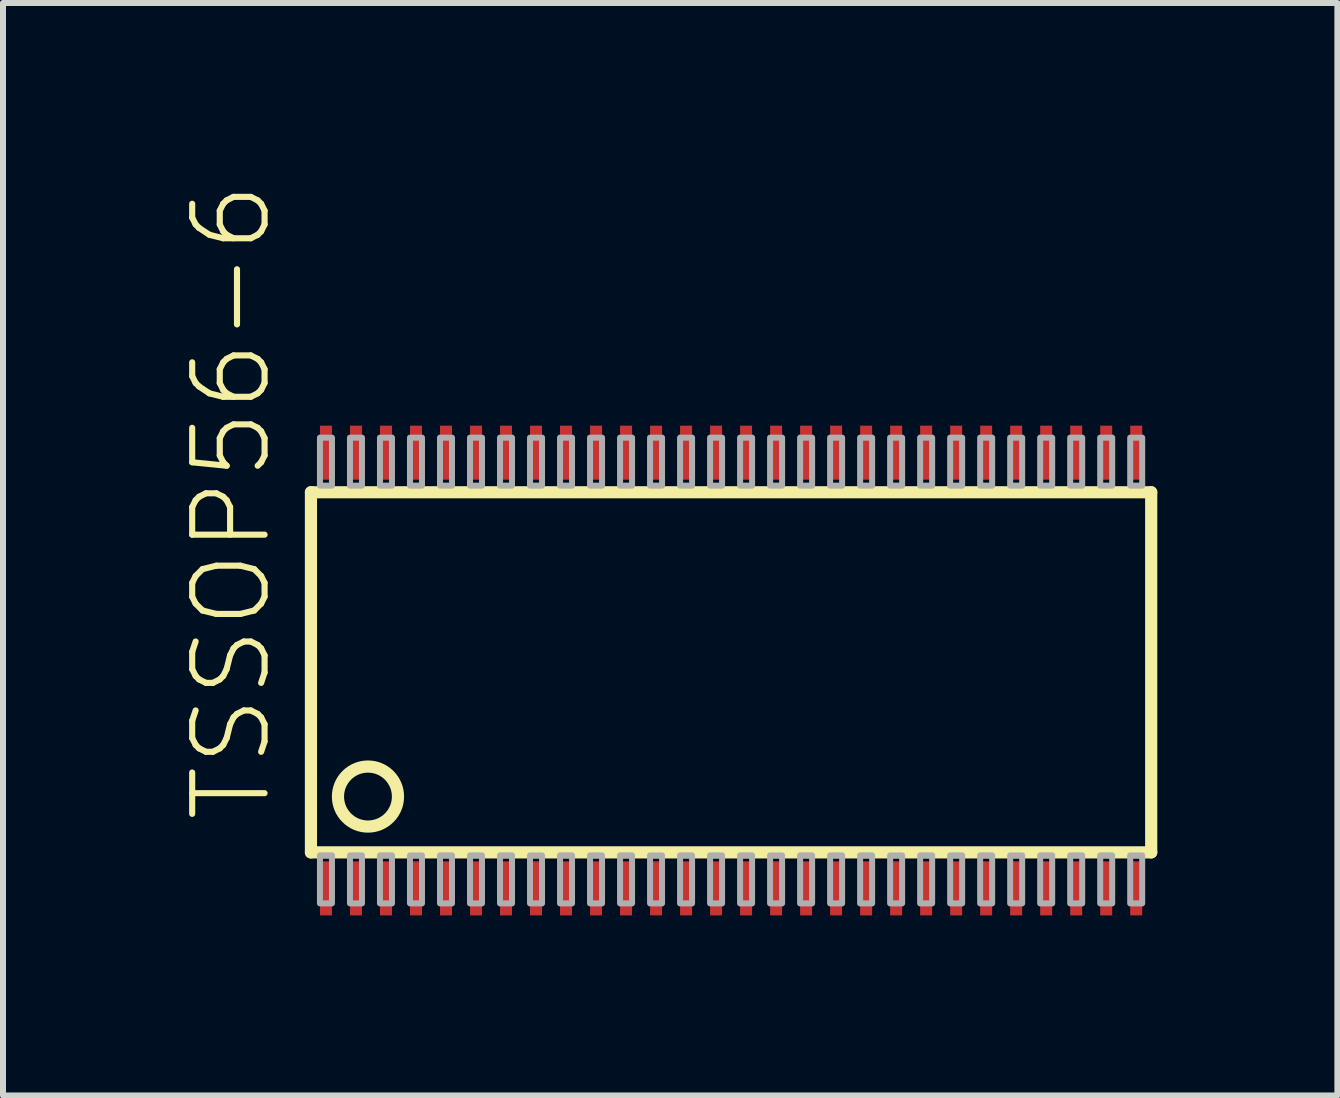
<source format=kicad_pcb>
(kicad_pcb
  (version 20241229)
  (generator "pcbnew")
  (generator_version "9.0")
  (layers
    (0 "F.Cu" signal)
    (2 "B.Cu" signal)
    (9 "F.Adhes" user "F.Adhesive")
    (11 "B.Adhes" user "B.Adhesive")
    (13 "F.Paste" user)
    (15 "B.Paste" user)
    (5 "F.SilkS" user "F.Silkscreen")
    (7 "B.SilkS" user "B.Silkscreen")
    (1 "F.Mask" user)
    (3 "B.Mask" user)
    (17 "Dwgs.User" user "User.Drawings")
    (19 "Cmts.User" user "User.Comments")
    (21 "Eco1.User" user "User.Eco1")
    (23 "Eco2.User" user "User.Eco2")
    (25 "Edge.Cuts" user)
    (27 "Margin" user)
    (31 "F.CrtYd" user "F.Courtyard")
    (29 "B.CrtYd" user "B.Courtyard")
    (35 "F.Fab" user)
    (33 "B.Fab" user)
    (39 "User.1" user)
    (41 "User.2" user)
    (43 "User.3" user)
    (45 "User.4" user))
  (footprint "TSSOP56-6"
    (layer "F.Cu")
    (at 9.131 8.152)
    (property "Reference" "TSSOP56-6" (at -7.62 2.54 90) (layer "F.SilkS") (effects (font (size 1.206 1.206) (thickness 0.102)) (justify left bottom)))
    (attr through_hole)
    (fp_line (start -7 -3) (end -7 3) (stroke (width 0.203) (type solid)) (layer "F.SilkS"))
    (fp_line (start -7 3) (end 7 3) (stroke (width 0.203) (type solid)) (layer "F.SilkS"))
    (fp_line (start 7 -3) (end -7 -3) (stroke (width 0.203) (type solid)) (layer "F.SilkS"))
    (fp_line (start 7 3) (end 7 -3) (stroke (width 0.203) (type solid)) (layer "F.SilkS"))
    (fp_circle (center -6.05 2.07) (end -5.55 2.07) (stroke (width 0.203) (type solid)) (fill no) (layer "F.SilkS"))
    (fp_poly (pts (xy -6.65 -3.11) (xy -6.65 -3.91) (xy -6.85 -3.91) (xy -6.85 -3.11)) (stroke (width 0.1) (type solid)) (fill no) (layer "F.Fab"))
    (fp_poly (pts (xy -6.65 3.85) (xy -6.65 3.05) (xy -6.85 3.05) (xy -6.85 3.85)) (stroke (width 0.1) (type solid)) (fill no) (layer "F.Fab"))
    (fp_poly (pts (xy -6.15 -3.11) (xy -6.15 -3.91) (xy -6.35 -3.91) (xy -6.35 -3.11)) (stroke (width 0.1) (type solid)) (fill no) (layer "F.Fab"))
    (fp_poly (pts (xy -6.15 3.85) (xy -6.15 3.05) (xy -6.35 3.05) (xy -6.35 3.85)) (stroke (width 0.1) (type solid)) (fill no) (layer "F.Fab"))
    (fp_poly (pts (xy -5.65 -3.11) (xy -5.65 -3.91) (xy -5.85 -3.91) (xy -5.85 -3.11)) (stroke (width 0.1) (type solid)) (fill no) (layer "F.Fab"))
    (fp_poly (pts (xy -5.65 3.85) (xy -5.65 3.05) (xy -5.85 3.05) (xy -5.85 3.85)) (stroke (width 0.1) (type solid)) (fill no) (layer "F.Fab"))
    (fp_poly (pts (xy -5.15 -3.11) (xy -5.15 -3.91) (xy -5.35 -3.91) (xy -5.35 -3.11)) (stroke (width 0.1) (type solid)) (fill no) (layer "F.Fab"))
    (fp_poly (pts (xy -5.15 3.85) (xy -5.15 3.05) (xy -5.35 3.05) (xy -5.35 3.85)) (stroke (width 0.1) (type solid)) (fill no) (layer "F.Fab"))
    (fp_poly (pts (xy -4.65 -3.11) (xy -4.65 -3.91) (xy -4.85 -3.91) (xy -4.85 -3.11)) (stroke (width 0.1) (type solid)) (fill no) (layer "F.Fab"))
    (fp_poly (pts (xy -4.65 3.85) (xy -4.65 3.05) (xy -4.85 3.05) (xy -4.85 3.85)) (stroke (width 0.1) (type solid)) (fill no) (layer "F.Fab"))
    (fp_poly (pts (xy -4.15 -3.11) (xy -4.15 -3.91) (xy -4.35 -3.91) (xy -4.35 -3.11)) (stroke (width 0.1) (type solid)) (fill no) (layer "F.Fab"))
    (fp_poly (pts (xy -4.15 3.85) (xy -4.15 3.05) (xy -4.35 3.05) (xy -4.35 3.85)) (stroke (width 0.1) (type solid)) (fill no) (layer "F.Fab"))
    (fp_poly (pts (xy -3.65 -3.11) (xy -3.65 -3.91) (xy -3.85 -3.91) (xy -3.85 -3.11)) (stroke (width 0.1) (type solid)) (fill no) (layer "F.Fab"))
    (fp_poly (pts (xy -3.65 3.85) (xy -3.65 3.05) (xy -3.85 3.05) (xy -3.85 3.85)) (stroke (width 0.1) (type solid)) (fill no) (layer "F.Fab"))
    (fp_poly (pts (xy -3.15 -3.11) (xy -3.15 -3.91) (xy -3.35 -3.91) (xy -3.35 -3.11)) (stroke (width 0.1) (type solid)) (fill no) (layer "F.Fab"))
    (fp_poly (pts (xy -3.15 3.85) (xy -3.15 3.05) (xy -3.35 3.05) (xy -3.35 3.85)) (stroke (width 0.1) (type solid)) (fill no) (layer "F.Fab"))
    (fp_poly (pts (xy -2.65 -3.11) (xy -2.65 -3.91) (xy -2.85 -3.91) (xy -2.85 -3.11)) (stroke (width 0.1) (type solid)) (fill no) (layer "F.Fab"))
    (fp_poly (pts (xy -2.65 3.85) (xy -2.65 3.05) (xy -2.85 3.05) (xy -2.85 3.85)) (stroke (width 0.1) (type solid)) (fill no) (layer "F.Fab"))
    (fp_poly (pts (xy -2.15 -3.11) (xy -2.15 -3.91) (xy -2.35 -3.91) (xy -2.35 -3.11)) (stroke (width 0.1) (type solid)) (fill no) (layer "F.Fab"))
    (fp_poly (pts (xy -2.15 3.85) (xy -2.15 3.05) (xy -2.35 3.05) (xy -2.35 3.85)) (stroke (width 0.1) (type solid)) (fill no) (layer "F.Fab"))
    (fp_poly (pts (xy -1.65 -3.11) (xy -1.65 -3.91) (xy -1.85 -3.91) (xy -1.85 -3.11)) (stroke (width 0.1) (type solid)) (fill no) (layer "F.Fab"))
    (fp_poly (pts (xy -1.65 3.85) (xy -1.65 3.05) (xy -1.85 3.05) (xy -1.85 3.85)) (stroke (width 0.1) (type solid)) (fill no) (layer "F.Fab"))
    (fp_poly (pts (xy -1.15 -3.11) (xy -1.15 -3.91) (xy -1.35 -3.91) (xy -1.35 -3.11)) (stroke (width 0.1) (type solid)) (fill no) (layer "F.Fab"))
    (fp_poly (pts (xy -1.15 3.85) (xy -1.15 3.05) (xy -1.35 3.05) (xy -1.35 3.85)) (stroke (width 0.1) (type solid)) (fill no) (layer "F.Fab"))
    (fp_poly (pts (xy -0.65 -3.11) (xy -0.65 -3.91) (xy -0.85 -3.91) (xy -0.85 -3.11)) (stroke (width 0.1) (type solid)) (fill no) (layer "F.Fab"))
    (fp_poly (pts (xy -0.65 3.85) (xy -0.65 3.05) (xy -0.85 3.05) (xy -0.85 3.85)) (stroke (width 0.1) (type solid)) (fill no) (layer "F.Fab"))
    (fp_poly (pts (xy -0.15 -3.11) (xy -0.15 -3.91) (xy -0.35 -3.91) (xy -0.35 -3.11)) (stroke (width 0.1) (type solid)) (fill no) (layer "F.Fab"))
    (fp_poly (pts (xy -0.15 3.85) (xy -0.15 3.05) (xy -0.35 3.05) (xy -0.35 3.85)) (stroke (width 0.1) (type solid)) (fill no) (layer "F.Fab"))
    (fp_poly (pts (xy 0.35 -3.11) (xy 0.35 -3.91) (xy 0.15 -3.91) (xy 0.15 -3.11)) (stroke (width 0.1) (type solid)) (fill no) (layer "F.Fab"))
    (fp_poly (pts (xy 0.35 3.85) (xy 0.35 3.05) (xy 0.15 3.05) (xy 0.15 3.85)) (stroke (width 0.1) (type solid)) (fill no) (layer "F.Fab"))
    (fp_poly (pts (xy 0.85 -3.11) (xy 0.85 -3.91) (xy 0.65 -3.91) (xy 0.65 -3.11)) (stroke (width 0.1) (type solid)) (fill no) (layer "F.Fab"))
    (fp_poly (pts (xy 0.85 3.85) (xy 0.85 3.05) (xy 0.65 3.05) (xy 0.65 3.85)) (stroke (width 0.1) (type solid)) (fill no) (layer "F.Fab"))
    (fp_poly (pts (xy 1.35 -3.11) (xy 1.35 -3.91) (xy 1.15 -3.91) (xy 1.15 -3.11)) (stroke (width 0.1) (type solid)) (fill no) (layer "F.Fab"))
    (fp_poly (pts (xy 1.35 3.85) (xy 1.35 3.05) (xy 1.15 3.05) (xy 1.15 3.85)) (stroke (width 0.1) (type solid)) (fill no) (layer "F.Fab"))
    (fp_poly (pts (xy 1.85 -3.11) (xy 1.85 -3.91) (xy 1.65 -3.91) (xy 1.65 -3.11)) (stroke (width 0.1) (type solid)) (fill no) (layer "F.Fab"))
    (fp_poly (pts (xy 1.85 3.85) (xy 1.85 3.05) (xy 1.65 3.05) (xy 1.65 3.85)) (stroke (width 0.1) (type solid)) (fill no) (layer "F.Fab"))
    (fp_poly (pts (xy 2.35 -3.11) (xy 2.35 -3.91) (xy 2.15 -3.91) (xy 2.15 -3.11)) (stroke (width 0.1) (type solid)) (fill no) (layer "F.Fab"))
    (fp_poly (pts (xy 2.35 3.85) (xy 2.35 3.05) (xy 2.15 3.05) (xy 2.15 3.85)) (stroke (width 0.1) (type solid)) (fill no) (layer "F.Fab"))
    (fp_poly (pts (xy 2.85 -3.11) (xy 2.85 -3.91) (xy 2.65 -3.91) (xy 2.65 -3.11)) (stroke (width 0.1) (type solid)) (fill no) (layer "F.Fab"))
    (fp_poly (pts (xy 2.85 3.85) (xy 2.85 3.05) (xy 2.65 3.05) (xy 2.65 3.85)) (stroke (width 0.1) (type solid)) (fill no) (layer "F.Fab"))
    (fp_poly (pts (xy 3.35 -3.11) (xy 3.35 -3.91) (xy 3.15 -3.91) (xy 3.15 -3.11)) (stroke (width 0.1) (type solid)) (fill no) (layer "F.Fab"))
    (fp_poly (pts (xy 3.35 3.85) (xy 3.35 3.05) (xy 3.15 3.05) (xy 3.15 3.85)) (stroke (width 0.1) (type solid)) (fill no) (layer "F.Fab"))
    (fp_poly (pts (xy 3.85 -3.11) (xy 3.85 -3.91) (xy 3.65 -3.91) (xy 3.65 -3.11)) (stroke (width 0.1) (type solid)) (fill no) (layer "F.Fab"))
    (fp_poly (pts (xy 3.85 3.85) (xy 3.85 3.05) (xy 3.65 3.05) (xy 3.65 3.85)) (stroke (width 0.1) (type solid)) (fill no) (layer "F.Fab"))
    (fp_poly (pts (xy 4.35 -3.11) (xy 4.35 -3.91) (xy 4.15 -3.91) (xy 4.15 -3.11)) (stroke (width 0.1) (type solid)) (fill no) (layer "F.Fab"))
    (fp_poly (pts (xy 4.35 3.85) (xy 4.35 3.05) (xy 4.15 3.05) (xy 4.15 3.85)) (stroke (width 0.1) (type solid)) (fill no) (layer "F.Fab"))
    (fp_poly (pts (xy 4.85 -3.11) (xy 4.85 -3.91) (xy 4.65 -3.91) (xy 4.65 -3.11)) (stroke (width 0.1) (type solid)) (fill no) (layer "F.Fab"))
    (fp_poly (pts (xy 4.85 3.85) (xy 4.85 3.05) (xy 4.65 3.05) (xy 4.65 3.85)) (stroke (width 0.1) (type solid)) (fill no) (layer "F.Fab"))
    (fp_poly (pts (xy 5.35 -3.11) (xy 5.35 -3.91) (xy 5.15 -3.91) (xy 5.15 -3.11)) (stroke (width 0.1) (type solid)) (fill no) (layer "F.Fab"))
    (fp_poly (pts (xy 5.35 3.85) (xy 5.35 3.05) (xy 5.15 3.05) (xy 5.15 3.85)) (stroke (width 0.1) (type solid)) (fill no) (layer "F.Fab"))
    (fp_poly (pts (xy 5.85 -3.11) (xy 5.85 -3.91) (xy 5.65 -3.91) (xy 5.65 -3.11)) (stroke (width 0.1) (type solid)) (fill no) (layer "F.Fab"))
    (fp_poly (pts (xy 5.85 3.85) (xy 5.85 3.05) (xy 5.65 3.05) (xy 5.65 3.85)) (stroke (width 0.1) (type solid)) (fill no) (layer "F.Fab"))
    (fp_poly (pts (xy 6.35 -3.11) (xy 6.35 -3.91) (xy 6.15 -3.91) (xy 6.15 -3.11)) (stroke (width 0.1) (type solid)) (fill no) (layer "F.Fab"))
    (fp_poly (pts (xy 6.35 3.85) (xy 6.35 3.05) (xy 6.15 3.05) (xy 6.15 3.85)) (stroke (width 0.1) (type solid)) (fill no) (layer "F.Fab"))
    (fp_poly (pts (xy 6.85 -3.11) (xy 6.85 -3.91) (xy 6.65 -3.91) (xy 6.65 -3.11)) (stroke (width 0.1) (type solid)) (fill no) (layer "F.Fab"))
    (fp_poly (pts (xy 6.85 3.85) (xy 6.85 3.05) (xy 6.65 3.05) (xy 6.65 3.85)) (stroke (width 0.1) (type solid)) (fill no) (layer "F.Fab"))
    (pad "1" smd rect (at -6.75 3.6 90) (size 0.9 0.2) (layers "F.Cu" "F.Mask" "F.Paste"))
    (pad "2" smd rect (at -6.25 3.6 90) (size 0.9 0.2) (layers "F.Cu" "F.Mask" "F.Paste"))
    (pad "3" smd rect (at -5.75 3.6 90) (size 0.9 0.2) (layers "F.Cu" "F.Mask" "F.Paste"))
    (pad "4" smd rect (at -5.25 3.6 90) (size 0.9 0.2) (layers "F.Cu" "F.Mask" "F.Paste"))
    (pad "5" smd rect (at -4.75 3.6 90) (size 0.9 0.2) (layers "F.Cu" "F.Mask" "F.Paste"))
    (pad "6" smd rect (at -4.25 3.6 90) (size 0.9 0.2) (layers "F.Cu" "F.Mask" "F.Paste"))
    (pad "7" smd rect (at -3.75 3.6 90) (size 0.9 0.2) (layers "F.Cu" "F.Mask" "F.Paste"))
    (pad "8" smd rect (at -3.25 3.6 90) (size 0.9 0.2) (layers "F.Cu" "F.Mask" "F.Paste"))
    (pad "9" smd rect (at -2.75 3.6 90) (size 0.9 0.2) (layers "F.Cu" "F.Mask" "F.Paste"))
    (pad "10" smd rect (at -2.25 3.6 90) (size 0.9 0.2) (layers "F.Cu" "F.Mask" "F.Paste"))
    (pad "11" smd rect (at -1.75 3.6 90) (size 0.9 0.2) (layers "F.Cu" "F.Mask" "F.Paste"))
    (pad "12" smd rect (at -1.25 3.6 90) (size 0.9 0.2) (layers "F.Cu" "F.Mask" "F.Paste"))
    (pad "13" smd rect (at -0.75 3.6 90) (size 0.9 0.2) (layers "F.Cu" "F.Mask" "F.Paste"))
    (pad "14" smd rect (at -0.25 3.6 90) (size 0.9 0.2) (layers "F.Cu" "F.Mask" "F.Paste"))
    (pad "15" smd rect (at 0.25 3.6 90) (size 0.9 0.2) (layers "F.Cu" "F.Mask" "F.Paste"))
    (pad "16" smd rect (at 0.75 3.6 90) (size 0.9 0.2) (layers "F.Cu" "F.Mask" "F.Paste"))
    (pad "17" smd rect (at 1.25 3.6 90) (size 0.9 0.2) (layers "F.Cu" "F.Mask" "F.Paste"))
    (pad "18" smd rect (at 1.75 3.6 90) (size 0.9 0.2) (layers "F.Cu" "F.Mask" "F.Paste"))
    (pad "19" smd rect (at 2.25 3.6 90) (size 0.9 0.2) (layers "F.Cu" "F.Mask" "F.Paste"))
    (pad "20" smd rect (at 2.75 3.6 90) (size 0.9 0.2) (layers "F.Cu" "F.Mask" "F.Paste"))
    (pad "21" smd rect (at 3.25 3.6 90) (size 0.9 0.2) (layers "F.Cu" "F.Mask" "F.Paste"))
    (pad "22" smd rect (at 3.75 3.6 90) (size 0.9 0.2) (layers "F.Cu" "F.Mask" "F.Paste"))
    (pad "23" smd rect (at 4.25 3.6 90) (size 0.9 0.2) (layers "F.Cu" "F.Mask" "F.Paste"))
    (pad "24" smd rect (at 4.75 3.6 90) (size 0.9 0.2) (layers "F.Cu" "F.Mask" "F.Paste"))
    (pad "25" smd rect (at 5.25 3.6 90) (size 0.9 0.2) (layers "F.Cu" "F.Mask" "F.Paste"))
    (pad "26" smd rect (at 5.75 3.6 90) (size 0.9 0.2) (layers "F.Cu" "F.Mask" "F.Paste"))
    (pad "27" smd rect (at 6.25 3.6 90) (size 0.9 0.2) (layers "F.Cu" "F.Mask" "F.Paste"))
    (pad "28" smd rect (at 6.75 3.6 90) (size 0.9 0.2) (layers "F.Cu" "F.Mask" "F.Paste"))
    (pad "29" smd rect (at 6.75 -3.66 90) (size 0.9 0.2) (layers "F.Cu" "F.Mask" "F.Paste"))
    (pad "30" smd rect (at 6.25 -3.66 90) (size 0.9 0.2) (layers "F.Cu" "F.Mask" "F.Paste"))
    (pad "31" smd rect (at 5.75 -3.66 90) (size 0.9 0.2) (layers "F.Cu" "F.Mask" "F.Paste"))
    (pad "32" smd rect (at 5.25 -3.66 90) (size 0.9 0.2) (layers "F.Cu" "F.Mask" "F.Paste"))
    (pad "33" smd rect (at 4.75 -3.66 90) (size 0.9 0.2) (layers "F.Cu" "F.Mask" "F.Paste"))
    (pad "34" smd rect (at 4.25 -3.66 90) (size 0.9 0.2) (layers "F.Cu" "F.Mask" "F.Paste"))
    (pad "35" smd rect (at 3.75 -3.66 90) (size 0.9 0.2) (layers "F.Cu" "F.Mask" "F.Paste"))
    (pad "36" smd rect (at 3.25 -3.66 90) (size 0.9 0.2) (layers "F.Cu" "F.Mask" "F.Paste"))
    (pad "37" smd rect (at 2.75 -3.66 90) (size 0.9 0.2) (layers "F.Cu" "F.Mask" "F.Paste"))
    (pad "38" smd rect (at 2.25 -3.66 90) (size 0.9 0.2) (layers "F.Cu" "F.Mask" "F.Paste"))
    (pad "39" smd rect (at 1.75 -3.66 90) (size 0.9 0.2) (layers "F.Cu" "F.Mask" "F.Paste"))
    (pad "40" smd rect (at 1.25 -3.66 90) (size 0.9 0.2) (layers "F.Cu" "F.Mask" "F.Paste"))
    (pad "41" smd rect (at 0.75 -3.66 90) (size 0.9 0.2) (layers "F.Cu" "F.Mask" "F.Paste"))
    (pad "42" smd rect (at 0.25 -3.66 90) (size 0.9 0.2) (layers "F.Cu" "F.Mask" "F.Paste"))
    (pad "43" smd rect (at -0.25 -3.66 90) (size 0.9 0.2) (layers "F.Cu" "F.Mask" "F.Paste"))
    (pad "44" smd rect (at -0.75 -3.66 90) (size 0.9 0.2) (layers "F.Cu" "F.Mask" "F.Paste"))
    (pad "45" smd rect (at -1.25 -3.66 90) (size 0.9 0.2) (layers "F.Cu" "F.Mask" "F.Paste"))
    (pad "46" smd rect (at -1.75 -3.66 90) (size 0.9 0.2) (layers "F.Cu" "F.Mask" "F.Paste"))
    (pad "47" smd rect (at -2.25 -3.66 90) (size 0.9 0.2) (layers "F.Cu" "F.Mask" "F.Paste"))
    (pad "48" smd rect (at -2.75 -3.66 90) (size 0.9 0.2) (layers "F.Cu" "F.Mask" "F.Paste"))
    (pad "49" smd rect (at -3.25 -3.66 90) (size 0.9 0.2) (layers "F.Cu" "F.Mask" "F.Paste"))
    (pad "50" smd rect (at -3.75 -3.66 90) (size 0.9 0.2) (layers "F.Cu" "F.Mask" "F.Paste"))
    (pad "51" smd rect (at -4.25 -3.66 90) (size 0.9 0.2) (layers "F.Cu" "F.Mask" "F.Paste"))
    (pad "52" smd rect (at -4.75 -3.66 90) (size 0.9 0.2) (layers "F.Cu" "F.Mask" "F.Paste"))
    (pad "53" smd rect (at -5.25 -3.66 90) (size 0.9 0.2) (layers "F.Cu" "F.Mask" "F.Paste"))
    (pad "54" smd rect (at -5.75 -3.66 90) (size 0.9 0.2) (layers "F.Cu" "F.Mask" "F.Paste"))
    (pad "55" smd rect (at -6.25 -3.66 90) (size 0.9 0.2) (layers "F.Cu" "F.Mask" "F.Paste"))
    (pad "56" smd rect (at -6.75 -3.66 90) (size 0.9 0.2) (layers "F.Cu" "F.Mask" "F.Paste")))
  (gr_rect
    (start -3 -3)
    (end 19.233 15.202)
    (stroke (width 0.1) (type default))
    (fill no)
    (layer "Edge.Cuts")))
</source>
